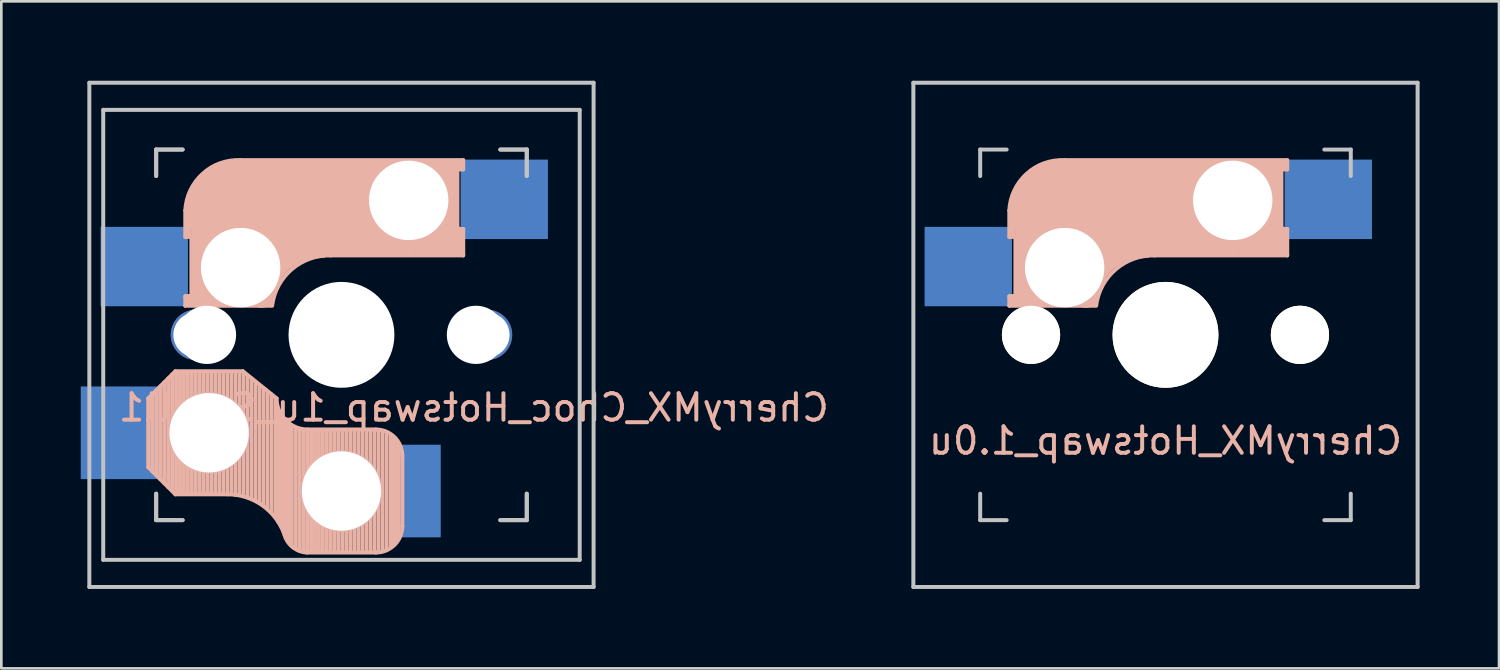
<source format=kicad_pcb>
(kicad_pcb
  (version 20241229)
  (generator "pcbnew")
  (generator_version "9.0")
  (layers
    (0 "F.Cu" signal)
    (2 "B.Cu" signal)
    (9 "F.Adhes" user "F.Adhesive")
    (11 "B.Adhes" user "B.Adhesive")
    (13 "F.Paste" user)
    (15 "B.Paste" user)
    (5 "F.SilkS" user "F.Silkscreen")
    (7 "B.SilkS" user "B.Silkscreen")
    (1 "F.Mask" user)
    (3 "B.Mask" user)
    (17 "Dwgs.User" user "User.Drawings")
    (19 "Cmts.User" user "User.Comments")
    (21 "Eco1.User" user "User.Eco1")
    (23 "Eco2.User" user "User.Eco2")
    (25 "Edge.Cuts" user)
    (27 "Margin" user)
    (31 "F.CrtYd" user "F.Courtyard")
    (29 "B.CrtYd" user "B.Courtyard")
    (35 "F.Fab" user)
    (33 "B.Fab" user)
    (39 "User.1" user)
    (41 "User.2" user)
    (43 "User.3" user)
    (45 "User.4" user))
  (footprint "CherryMX_Choc_Hotswap_1u_Small1"
    (layer "F.Cu")
    (at 9.85 9.6)
    (property "Reference" "CherryMX_Choc_Hotswap_1u_Small1" (at 5 2.75 0) (layer "B.SilkS") (effects (font (size 1 1) (thickness 0.15)) (justify mirror)))
    (attr smd)
    (fp_line (start -7.3 2.4) (end -7.3 5) (stroke (width 0.15) (type solid)) (layer "B.SilkS"))
    (fp_line (start -7.3 2.4) (end -6.275 1.375) (stroke (width 0.15) (type solid)) (layer "B.SilkS"))
    (fp_line (start -7.3 5) (end -6.275 6.025) (stroke (width 0.15) (type solid)) (layer "B.SilkS"))
    (fp_line (start -7.15 5.15) (end -7.15 2.25) (stroke (width 0.15) (type solid)) (layer "B.SilkS"))
    (fp_line (start -7 5.25) (end -7 2.1) (stroke (width 0.15) (type solid)) (layer "B.SilkS"))
    (fp_line (start -6.85 5.45) (end -6.85 1.95) (stroke (width 0.15) (type solid)) (layer "B.SilkS"))
    (fp_line (start -6.7 5.6) (end -6.7 1.8) (stroke (width 0.15) (type solid)) (layer "B.SilkS"))
    (fp_line (start -6.55 5.75) (end -6.55 1.65) (stroke (width 0.15) (type solid)) (layer "B.SilkS"))
    (fp_line (start -6.4 5.85) (end -6.4 1.5) (stroke (width 0.15) (type solid)) (layer "B.SilkS"))
    (fp_line (start -6.25 6) (end -6.25 1.4) (stroke (width 0.15) (type solid)) (layer "B.SilkS"))
    (fp_line (start -6.1 6) (end -6.1 1.4) (stroke (width 0.15) (type solid)) (layer "B.SilkS"))
    (fp_line (start -5.95 6) (end -5.95 1.4) (stroke (width 0.15) (type solid)) (layer "B.SilkS"))
    (fp_line (start -5.9 -4.7) (end -5.9 -3.7) (stroke (width 0.15) (type solid)) (layer "B.SilkS"))
    (fp_line (start -5.9 -3.7) (end -5.7 -3.7) (stroke (width 0.15) (type solid)) (layer "B.SilkS"))
    (fp_line (start -5.9 -1.1) (end -5.9 -1.46) (stroke (width 0.15) (type solid)) (layer "B.SilkS"))
    (fp_line (start -5.9 -1.1) (end -2.62 -1.1) (stroke (width 0.15) (type solid)) (layer "B.SilkS"))
    (fp_line (start -5.8 -3.8) (end -5.8 -4.7) (stroke (width 0.3) (type solid)) (layer "B.SilkS"))
    (fp_line (start -5.8 6) (end -5.8 1.4) (stroke (width 0.15) (type solid)) (layer "B.SilkS"))
    (fp_line (start -5.7 -1.46) (end -5.9 -1.46) (stroke (width 0.15) (type solid)) (layer "B.SilkS"))
    (fp_line (start -5.7 -1.3) (end -3 -1.3) (stroke (width 0.5) (type solid)) (layer "B.SilkS"))
    (fp_line (start -5.67 -3.7) (end -5.67 -1.46) (stroke (width 0.15) (type solid)) (layer "B.SilkS"))
    (fp_line (start -5.65 6) (end -5.65 1.4) (stroke (width 0.15) (type solid)) (layer "B.SilkS"))
    (fp_line (start -5.5 6) (end -5.5 1.4) (stroke (width 0.15) (type solid)) (layer "B.SilkS"))
    (fp_line (start -5.35 6) (end -5.35 1.4) (stroke (width 0.15) (type solid)) (layer "B.SilkS"))
    (fp_line (start -5.3 -1.6) (end -5.3 -3.4) (stroke (width 0.8) (type solid)) (layer "B.SilkS"))
    (fp_line (start -5.2 6) (end -5.2 1.4) (stroke (width 0.15) (type solid)) (layer "B.SilkS"))
    (fp_line (start -5.05 6) (end -5.05 1.4) (stroke (width 0.15) (type solid)) (layer "B.SilkS"))
    (fp_line (start -4.9 6) (end -4.9 1.4) (stroke (width 0.15) (type solid)) (layer "B.SilkS"))
    (fp_line (start -4.75 6) (end -4.75 1.4) (stroke (width 0.15) (type solid)) (layer "B.SilkS"))
    (fp_line (start -4.6 6) (end -4.6 1.4) (stroke (width 0.15) (type solid)) (layer "B.SilkS"))
    (fp_line (start -4.45 6) (end -4.45 1.4) (stroke (width 0.15) (type solid)) (layer "B.SilkS"))
    (fp_line (start -4.3 6) (end -4.3 1.4) (stroke (width 0.15) (type solid)) (layer "B.SilkS"))
    (fp_line (start -4.3 6.025) (end -6.275 6.025) (stroke (width 0.15) (type solid)) (layer "B.SilkS"))
    (fp_line (start -4.17 -5.1) (end -4.17 -2.86) (stroke (width 3) (type solid)) (layer "B.SilkS"))
    (fp_line (start -4.15 6) (end -4.15 1.45) (stroke (width 0.15) (type solid)) (layer "B.SilkS"))
    (fp_line (start -4 6.05) (end -4 1.4) (stroke (width 0.15) (type solid)) (layer "B.SilkS"))
    (fp_line (start -3.85 6.05) (end -3.85 1.4) (stroke (width 0.15) (type solid)) (layer "B.SilkS"))
    (fp_line (start -3.725 1.375) (end -6.275 1.375) (stroke (width 0.15) (type solid)) (layer "B.SilkS"))
    (fp_line (start -3.725 1.375) (end -2.45 2.4) (stroke (width 0.15) (type solid)) (layer "B.SilkS"))
    (fp_line (start -3.7 6.05) (end -3.7 1.45) (stroke (width 0.15) (type solid)) (layer "B.SilkS"))
    (fp_line (start -3.55 6.1) (end -3.55 1.55) (stroke (width 0.15) (type solid)) (layer "B.SilkS"))
    (fp_line (start -3.4 6.2) (end -3.4 1.65) (stroke (width 0.15) (type solid)) (layer "B.SilkS"))
    (fp_line (start -3.25 6.25) (end -3.25 1.8) (stroke (width 0.15) (type solid)) (layer "B.SilkS"))
    (fp_line (start -3.1 6.35) (end -3.1 1.9) (stroke (width 0.15) (type solid)) (layer "B.SilkS"))
    (fp_line (start -2.95 6.45) (end -2.95 2.05) (stroke (width 0.15) (type solid)) (layer "B.SilkS"))
    (fp_line (start -2.8 6.55) (end -2.8 2.15) (stroke (width 0.15) (type solid)) (layer "B.SilkS"))
    (fp_line (start -2.65 6.7) (end -2.65 2.25) (stroke (width 0.15) (type solid)) (layer "B.SilkS"))
    (fp_line (start -2.5 6.85) (end -2.5 2.4) (stroke (width 0.15) (type solid)) (layer "B.SilkS"))
    (fp_line (start -2.4 7.05) (end -2.4 2.9) (stroke (width 0.15) (type solid)) (layer "B.SilkS"))
    (fp_line (start -2.3 7.2) (end -2.3 3.05) (stroke (width 0.15) (type solid)) (layer "B.SilkS"))
    (fp_line (start -2.2 7.4) (end -2.2 3.25) (stroke (width 0.15) (type solid)) (layer "B.SilkS"))
    (fp_line (start -2.1 7.55) (end -2.1 3.35) (stroke (width 0.15) (type solid)) (layer "B.SilkS"))
    (fp_line (start -2 7.8) (end -2 3.4) (stroke (width 0.15) (type solid)) (layer "B.SilkS"))
    (fp_line (start -1.9 7.95) (end -1.9 3.45) (stroke (width 0.15) (type solid)) (layer "B.SilkS"))
    (fp_line (start -1.75 8.05) (end -1.75 3.5) (stroke (width 0.15) (type solid)) (layer "B.SilkS"))
    (fp_line (start -1.6 8.15) (end -1.6 3.6) (stroke (width 0.15) (type solid)) (layer "B.SilkS"))
    (fp_line (start -1.45 8.2) (end -1.45 3.6) (stroke (width 0.15) (type solid)) (layer "B.SilkS"))
    (fp_line (start -1.3 8.2) (end -1.3 3.6) (stroke (width 0.15) (type solid)) (layer "B.SilkS"))
    (fp_line (start -1.15 8.2) (end -1.15 3.65) (stroke (width 0.15) (type solid)) (layer "B.SilkS"))
    (fp_line (start -1 8.2) (end -1 3.6) (stroke (width 0.15) (type solid)) (layer "B.SilkS"))
    (fp_line (start -0.85 8.2) (end -0.85 3.6) (stroke (width 0.15) (type solid)) (layer "B.SilkS"))
    (fp_line (start -0.7 8.2) (end -0.7 3.6) (stroke (width 0.15) (type solid)) (layer "B.SilkS"))
    (fp_line (start -0.55 8.2) (end -0.55 3.6) (stroke (width 0.15) (type solid)) (layer "B.SilkS"))
    (fp_line (start -0.4 -3) (end 4.6 -3) (stroke (width 0.15) (type solid)) (layer "B.SilkS"))
    (fp_line (start -0.4 8.2) (end -0.4 3.6) (stroke (width 0.15) (type solid)) (layer "B.SilkS"))
    (fp_line (start -0.25 8.2) (end -0.25 3.6) (stroke (width 0.15) (type solid)) (layer "B.SilkS"))
    (fp_line (start -0.1 8.2) (end -0.1 3.6) (stroke (width 0.15) (type solid)) (layer "B.SilkS"))
    (fp_line (start 0.05 8.2) (end 0.05 3.6) (stroke (width 0.15) (type solid)) (layer "B.SilkS"))
    (fp_line (start 0.2 8.2) (end 0.2 3.6) (stroke (width 0.15) (type solid)) (layer "B.SilkS"))
    (fp_line (start 0.35 8.2) (end 0.35 3.6) (stroke (width 0.15) (type solid)) (layer "B.SilkS"))
    (fp_line (start 0.5 8.2) (end 0.5 3.6) (stroke (width 0.15) (type solid)) (layer "B.SilkS"))
    (fp_line (start 0.65 8.2) (end 0.65 3.6) (stroke (width 0.15) (type solid)) (layer "B.SilkS"))
    (fp_line (start 0.8 8.2) (end 0.8 3.6) (stroke (width 0.15) (type solid)) (layer "B.SilkS"))
    (fp_line (start 0.95 8.2) (end 0.95 3.6) (stroke (width 0.15) (type solid)) (layer "B.SilkS"))
    (fp_line (start 1.1 8.2) (end 1.1 3.6) (stroke (width 0.15) (type solid)) (layer "B.SilkS"))
    (fp_line (start 1.25 8.2) (end 1.25 3.6) (stroke (width 0.15) (type solid)) (layer "B.SilkS"))
    (fp_line (start 1.3 3.575) (end -1.275 3.575) (stroke (width 0.15) (type solid)) (layer "B.SilkS"))
    (fp_line (start 1.3 8.225) (end -1.3 8.225) (stroke (width 0.15) (type solid)) (layer "B.SilkS"))
    (fp_line (start 1.4 8.2) (end 1.4 3.65) (stroke (width 0.15) (type solid)) (layer "B.SilkS"))
    (fp_line (start 1.55 8.15) (end 1.55 3.65) (stroke (width 0.15) (type solid)) (layer "B.SilkS"))
    (fp_line (start 1.7 8.1) (end 1.7 3.7) (stroke (width 0.15) (type solid)) (layer "B.SilkS"))
    (fp_line (start 1.85 8) (end 1.85 3.8) (stroke (width 0.15) (type solid)) (layer "B.SilkS"))
    (fp_line (start 1.95 7.9) (end 1.95 3.95) (stroke (width 0.15) (type solid)) (layer "B.SilkS"))
    (fp_line (start 2.05 7.8) (end 2.05 4.05) (stroke (width 0.15) (type solid)) (layer "B.SilkS"))
    (fp_line (start 2.15 7.65) (end 2.15 4.1) (stroke (width 0.15) (type solid)) (layer "B.SilkS"))
    (fp_line (start 2.3 4.575) (end 2.3 7.225) (stroke (width 0.15) (type solid)) (layer "B.SilkS"))
    (fp_line (start 2.6 -4.8) (end -4.1 -4.8) (stroke (width 3.5) (type solid)) (layer "B.SilkS"))
    (fp_line (start 3.9 -6) (end 3.9 -3.5) (stroke (width 1) (type solid)) (layer "B.SilkS"))
    (fp_line (start 4.3 -3.3) (end 2.9 -3.3) (stroke (width 0.5) (type solid)) (layer "B.SilkS"))
    (fp_line (start 4.38 -4) (end 4.38 -6.25) (stroke (width 0.15) (type solid)) (layer "B.SilkS"))
    (fp_line (start 4.4 -6.4) (end 3 -6.4) (stroke (width 0.4) (type solid)) (layer "B.SilkS"))
    (fp_line (start 4.4 -6.25) (end 4.6 -6.25) (stroke (width 0.15) (type solid)) (layer "B.SilkS"))
    (fp_line (start 4.4 -3.9) (end 4.4 -3.2) (stroke (width 0.4) (type solid)) (layer "B.SilkS"))
    (fp_line (start 4.6 -6.6) (end -3.8 -6.6) (stroke (width 0.15) (type solid)) (layer "B.SilkS"))
    (fp_line (start 4.6 -6.25) (end 4.6 -6.6) (stroke (width 0.15) (type solid)) (layer "B.SilkS"))
    (fp_line (start 4.6 -4) (end 4.4 -4) (stroke (width 0.15) (type solid)) (layer "B.SilkS"))
    (fp_line (start 4.6 -3) (end 4.6 -4) (stroke (width 0.15) (type solid)) (layer "B.SilkS"))
    (fp_arc (start -5.9 -4.699999) (mid -5.243504 -6.084924) (end -3.800001 -6.6) (stroke (width 0.15) (type solid)) (layer "B.SilkS"))
    (fp_arc (start -4.3 6.025) (mid -2.995114 6.436429) (end -2.162199 7.521904) (stroke (width 0.15) (type solid)) (layer "B.SilkS"))
    (fp_arc (start -3.016318 -1.521471) (mid -2.268709 -2.886118) (end -0.8 -3.4) (stroke (width 1) (type solid)) (layer "B.SilkS"))
    (fp_arc (start -2.616318 -1.121471) (mid -1.868709 -2.486118) (end -0.4 -3) (stroke (width 0.15) (type solid)) (layer "B.SilkS"))
    (fp_arc (start -1.300995 8.223791) (mid -1.848284 8.016021) (end -2.162199 7.521904) (stroke (width 0.15) (type solid)) (layer "B.SilkS"))
    (fp_arc (start -1.275 3.575) (mid -2.10585 3.23085) (end -2.45 2.4) (stroke (width 0.15) (type solid)) (layer "B.SilkS"))
    (fp_arc (start 1.3 3.575) (mid 2.007107 3.867893) (end 2.3 4.575) (stroke (width 0.15) (type solid)) (layer "B.SilkS"))
    (fp_arc (start 2.3 7.225) (mid 2.007107 7.932107) (end 1.3 8.225) (stroke (width 0.15) (type solid)) (layer "B.SilkS"))
    (fp_line (start -9.525 -9.525) (end 9.525 -9.525) (stroke (width 0.15) (type solid)) (layer "Dwgs.User"))
    (fp_line (start -9.525 9.525) (end -9.525 -9.525) (stroke (width 0.15) (type solid)) (layer "Dwgs.User"))
    (fp_line (start -9 -8.5) (end 9 -8.5) (stroke (width 0.15) (type solid)) (layer "Dwgs.User"))
    (fp_line (start -9 8.5) (end -9 -8.5) (stroke (width 0.15) (type solid)) (layer "Dwgs.User"))
    (fp_line (start -7 -7) (end -6 -7) (stroke (width 0.15) (type solid)) (layer "Dwgs.User"))
    (fp_line (start -7 -7) (end -6 -7) (stroke (width 0.15) (type solid)) (layer "Dwgs.User"))
    (fp_line (start -7 -6) (end -7 -7) (stroke (width 0.15) (type solid)) (layer "Dwgs.User"))
    (fp_line (start -7 -6) (end -7 -7) (stroke (width 0.15) (type solid)) (layer "Dwgs.User"))
    (fp_line (start -7 6) (end -7 7) (stroke (width 0.15) (type solid)) (layer "Dwgs.User"))
    (fp_line (start -7 7) (end -7 6) (stroke (width 0.15) (type solid)) (layer "Dwgs.User"))
    (fp_line (start -7 7) (end -6 7) (stroke (width 0.15) (type solid)) (layer "Dwgs.User"))
    (fp_line (start -6 7) (end -7 7) (stroke (width 0.15) (type solid)) (layer "Dwgs.User"))
    (fp_line (start 6 7) (end 7 7) (stroke (width 0.15) (type solid)) (layer "Dwgs.User"))
    (fp_line (start 6 7) (end 7 7) (stroke (width 0.15) (type solid)) (layer "Dwgs.User"))
    (fp_line (start 7 -7) (end 6 -7) (stroke (width 0.15) (type solid)) (layer "Dwgs.User"))
    (fp_line (start 7 -7) (end 6 -7) (stroke (width 0.15) (type solid)) (layer "Dwgs.User"))
    (fp_line (start 7 -7) (end 7 -6) (stroke (width 0.15) (type solid)) (layer "Dwgs.User"))
    (fp_line (start 7 -6) (end 7 -7) (stroke (width 0.15) (type solid)) (layer "Dwgs.User"))
    (fp_line (start 7 7) (end 7 6) (stroke (width 0.15) (type solid)) (layer "Dwgs.User"))
    (fp_line (start 7 7) (end 7 6) (stroke (width 0.15) (type solid)) (layer "Dwgs.User"))
    (fp_line (start 9 -8.5) (end 9 8.5) (stroke (width 0.15) (type solid)) (layer "Dwgs.User"))
    (fp_line (start 9 8.5) (end -9 8.5) (stroke (width 0.15) (type solid)) (layer "Dwgs.User"))
    (fp_line (start 9.525 -9.525) (end 9.525 9.525) (stroke (width 0.15) (type solid)) (layer "Dwgs.User"))
    (fp_line (start 9.525 9.525) (end -9.525 9.525) (stroke (width 0.15) (type solid)) (layer "Dwgs.User"))
    (pad "" np_thru_hole circle (at -5.5 0 90) (size 1.9 1.9) (drill 1.7) (layers "*.Cu" "*.Mask"))
    (pad "" np_thru_hole circle (at -5.08 0) (size 2.2 2.2) (drill 2.2) (layers "*.Cu" "*.Mask"))
    (pad "" np_thru_hole circle (at -5 3.7 90) (size 3.1 3.1) (drill 3) (layers "*.Cu" "*.Mask"))
    (pad "" np_thru_hole circle (at -3.81 -2.54 180) (size 3 3) (drill 3) (layers "*.Cu" "*.Mask"))
    (pad "" np_thru_hole circle (at 0 0 90) (size 4 4) (drill 4) (layers "*.Cu" "*.Mask"))
    (pad "" np_thru_hole circle (at 0 5.9 90) (size 3.1 3.1) (drill 3) (layers "*.Cu" "*.Mask"))
    (pad "" np_thru_hole circle (at 2.54 -5.08 180) (size 3 3) (drill 3) (layers "*.Cu" "*.Mask"))
    (pad "" np_thru_hole circle (at 5.08 0) (size 2.2 2.2) (drill 2.2) (layers "*.Cu" "*.Mask"))
    (pad "" np_thru_hole circle (at 5.5 0 90) (size 1.9 1.9) (drill 1.7) (layers "*.Cu" "*.Mask"))
    (pad "1" smd rect (at -8.35 3.7 180) (size 3 3.5) (layers "B.Cu" "B.Mask" "B.Paste"))
    (pad "1" smd rect (at -7 -2.58 180) (size 3.3 3) (drill (offset 0.45 0)) (layers "B.Cu" "B.Mask" "B.Paste"))
    (pad "2" smd rect (at 2.8 5.9 180) (size 1.9 3.5) (layers "B.Cu" "B.Mask" "B.Paste"))
    (pad "2" smd rect (at 5.7 -5.12 180) (size 3.3 3) (drill (offset -0.45 0)) (layers "B.Cu" "B.Mask" "B.Paste")))
  (footprint "CherryMX_Hotswap_1.0u"
    (layer "F.Cu")
    (at 40.98 9.6)
    (property "Reference" "CherryMX_Hotswap_1.0u" (at 0 4 0) (layer "B.SilkS") (effects (font (size 1 1) (thickness 0.15)) (justify mirror)))
    (attr smd)
    (fp_line (start -5.9 -4.7) (end -5.9 -3.7) (stroke (width 0.15) (type solid)) (layer "B.SilkS"))
    (fp_line (start -5.9 -3.7) (end -5.7 -3.7) (stroke (width 0.15) (type solid)) (layer "B.SilkS"))
    (fp_line (start -5.9 -1.1) (end -5.9 -1.46) (stroke (width 0.15) (type solid)) (layer "B.SilkS"))
    (fp_line (start -5.9 -1.1) (end -2.62 -1.1) (stroke (width 0.15) (type solid)) (layer "B.SilkS"))
    (fp_line (start -5.8 -3.8) (end -5.8 -4.7) (stroke (width 0.3) (type solid)) (layer "B.SilkS"))
    (fp_line (start -5.7 -1.46) (end -5.9 -1.46) (stroke (width 0.15) (type solid)) (layer "B.SilkS"))
    (fp_line (start -5.7 -1.3) (end -3 -1.3) (stroke (width 0.5) (type solid)) (layer "B.SilkS"))
    (fp_line (start -5.67 -3.7) (end -5.67 -1.46) (stroke (width 0.15) (type solid)) (layer "B.SilkS"))
    (fp_line (start -5.3 -1.6) (end -5.3 -3.4) (stroke (width 0.8) (type solid)) (layer "B.SilkS"))
    (fp_line (start -4.17 -5.1) (end -4.17 -2.86) (stroke (width 3) (type solid)) (layer "B.SilkS"))
    (fp_line (start -0.4 -3) (end 4.6 -3) (stroke (width 0.15) (type solid)) (layer "B.SilkS"))
    (fp_line (start 2.6 -4.8) (end -4.1 -4.8) (stroke (width 3.5) (type solid)) (layer "B.SilkS"))
    (fp_line (start 3.9 -6) (end 3.9 -3.5) (stroke (width 1) (type solid)) (layer "B.SilkS"))
    (fp_line (start 4.3 -3.3) (end 2.9 -3.3) (stroke (width 0.5) (type solid)) (layer "B.SilkS"))
    (fp_line (start 4.38 -4) (end 4.38 -6.25) (stroke (width 0.15) (type solid)) (layer "B.SilkS"))
    (fp_line (start 4.4 -6.4) (end 3 -6.4) (stroke (width 0.4) (type solid)) (layer "B.SilkS"))
    (fp_line (start 4.4 -6.25) (end 4.6 -6.25) (stroke (width 0.15) (type solid)) (layer "B.SilkS"))
    (fp_line (start 4.4 -3.9) (end 4.4 -3.2) (stroke (width 0.4) (type solid)) (layer "B.SilkS"))
    (fp_line (start 4.6 -6.6) (end -3.8 -6.6) (stroke (width 0.15) (type solid)) (layer "B.SilkS"))
    (fp_line (start 4.6 -6.25) (end 4.6 -6.6) (stroke (width 0.15) (type solid)) (layer "B.SilkS"))
    (fp_line (start 4.6 -4) (end 4.4 -4) (stroke (width 0.15) (type solid)) (layer "B.SilkS"))
    (fp_line (start 4.6 -3) (end 4.6 -4) (stroke (width 0.15) (type solid)) (layer "B.SilkS"))
    (fp_arc (start -5.9 -4.699999) (mid -5.243504 -6.084924) (end -3.800001 -6.6) (stroke (width 0.15) (type solid)) (layer "B.SilkS"))
    (fp_arc (start -3.016318 -1.521471) (mid -2.268709 -2.886118) (end -0.8 -3.4) (stroke (width 1) (type solid)) (layer "B.SilkS"))
    (fp_arc (start -2.616318 -1.121471) (mid -1.868709 -2.486118) (end -0.4 -3) (stroke (width 0.15) (type solid)) (layer "B.SilkS"))
    (fp_line (start -9.525 -9.525) (end 9.525 -9.525) (stroke (width 0.15) (type solid)) (layer "Dwgs.User"))
    (fp_line (start -9.525 9.525) (end -9.525 -9.525) (stroke (width 0.15) (type solid)) (layer "Dwgs.User"))
    (fp_line (start -7 -7) (end -6 -7) (stroke (width 0.15) (type solid)) (layer "Dwgs.User"))
    (fp_line (start -7 -6) (end -7 -7) (stroke (width 0.15) (type solid)) (layer "Dwgs.User"))
    (fp_line (start -7 6) (end -7 7) (stroke (width 0.15) (type solid)) (layer "Dwgs.User"))
    (fp_line (start -7 7) (end -6 7) (stroke (width 0.15) (type solid)) (layer "Dwgs.User"))
    (fp_line (start 6 7) (end 7 7) (stroke (width 0.15) (type solid)) (layer "Dwgs.User"))
    (fp_line (start 7 -7) (end 6 -7) (stroke (width 0.15) (type solid)) (layer "Dwgs.User"))
    (fp_line (start 7 -7) (end 7 -6) (stroke (width 0.15) (type solid)) (layer "Dwgs.User"))
    (fp_line (start 7 7) (end 7 6) (stroke (width 0.15) (type solid)) (layer "Dwgs.User"))
    (fp_line (start 9.525 -9.525) (end 9.525 9.525) (stroke (width 0.15) (type solid)) (layer "Dwgs.User"))
    (fp_line (start 9.525 9.525) (end -9.525 9.525) (stroke (width 0.15) (type solid)) (layer "Dwgs.User"))
    (pad "" np_thru_hole circle (at -5.08 0) (size 2.2 2.2) (drill 2.2) (layers "*.Cu" "*.Mask" "F.SilkS"))
    (pad "" np_thru_hole circle (at -3.81 -2.54 180) (size 3 3) (drill 3) (layers "*.Cu" "*.Mask"))
    (pad "" np_thru_hole circle (at 0 0 90) (size 4 4) (drill 4) (layers "*.Cu" "*.Mask" "F.SilkS"))
    (pad "" np_thru_hole circle (at 2.54 -5.08 180) (size 3 3) (drill 3) (layers "*.Cu" "*.Mask"))
    (pad "" np_thru_hole circle (at 5.08 0) (size 2.2 2.2) (drill 2.2) (layers "*.Cu" "*.Mask" "F.SilkS"))
    (pad "1" smd rect (at -7 -2.58 180) (size 3.3 3) (drill (offset 0.45 0)) (layers "B.Cu" "B.Mask" "B.Paste"))
    (pad "2" smd rect (at 5.7 -5.12 180) (size 3.3 3) (drill (offset -0.45 0)) (layers "B.Cu" "B.Mask" "B.Paste")))
  (gr_rect
    (start -3 -3)
    (end 53.58 22.2)
    (stroke (width 0.1) (type default))
    (fill no)
    (layer "Edge.Cuts")))
</source>
